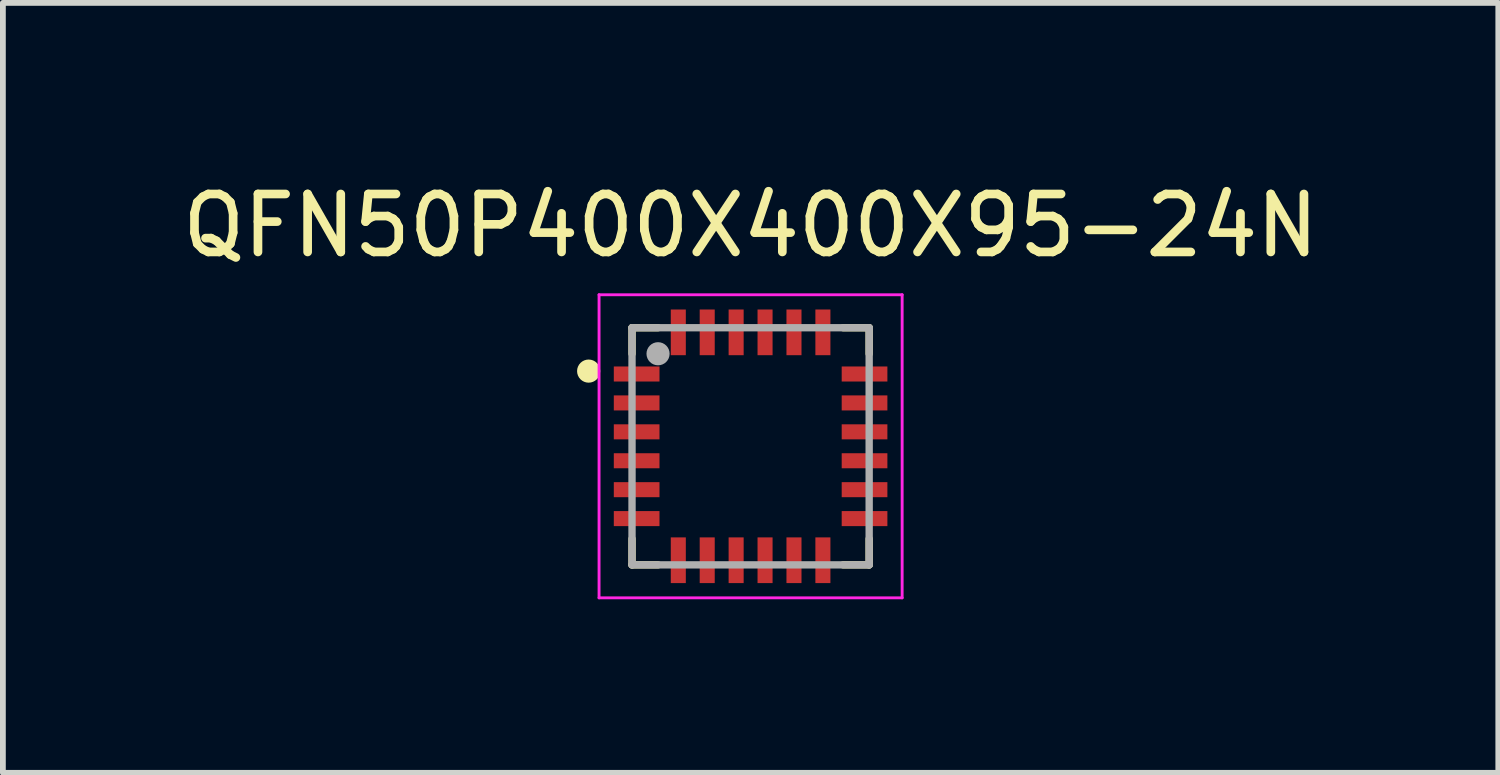
<source format=kicad_pcb>
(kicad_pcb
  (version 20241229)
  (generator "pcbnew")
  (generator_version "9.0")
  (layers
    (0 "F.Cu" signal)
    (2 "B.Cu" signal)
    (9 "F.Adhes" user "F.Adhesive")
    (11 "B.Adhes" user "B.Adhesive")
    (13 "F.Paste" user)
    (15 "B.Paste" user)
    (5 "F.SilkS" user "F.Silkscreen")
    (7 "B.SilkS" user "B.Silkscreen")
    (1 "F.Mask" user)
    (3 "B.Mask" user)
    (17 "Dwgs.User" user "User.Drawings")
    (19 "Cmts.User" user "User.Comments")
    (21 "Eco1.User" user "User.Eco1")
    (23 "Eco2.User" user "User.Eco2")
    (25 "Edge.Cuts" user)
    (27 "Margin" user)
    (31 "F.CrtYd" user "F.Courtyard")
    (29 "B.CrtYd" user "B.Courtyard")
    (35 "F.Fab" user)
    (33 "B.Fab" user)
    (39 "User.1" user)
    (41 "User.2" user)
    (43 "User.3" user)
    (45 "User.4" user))
  (footprint "QFN50P400X400X95-24N"
    (layer "F.Cu")
    (at 9.927 4.666)
    (property "Reference" "QFN50P400X400X95-24N" (at -0.00001 -3.816 0) (layer "F.SilkS") (effects (font (size 1.002 1.002) (thickness 0.15))))
    (attr smd)
    (fp_line (start -2.05 -2.05) (end -2.05 -1.6) (stroke (width 0.127) (type solid)) (layer "F.SilkS"))
    (fp_line (start -2.05 1.6) (end -2.05 2.05) (stroke (width 0.127) (type solid)) (layer "F.SilkS"))
    (fp_line (start -1.6 -2.05) (end -2.05 -2.05) (stroke (width 0.127) (type solid)) (layer "F.SilkS"))
    (fp_line (start -1.6 2.05) (end -2.05 2.05) (stroke (width 0.127) (type solid)) (layer "F.SilkS"))
    (fp_line (start 2.05 -2.05) (end 1.6 -2.05) (stroke (width 0.127) (type solid)) (layer "F.SilkS"))
    (fp_line (start 2.05 -2.05) (end 2.05 -1.6) (stroke (width 0.127) (type solid)) (layer "F.SilkS"))
    (fp_line (start 2.05 1.6) (end 2.05 2.05) (stroke (width 0.127) (type solid)) (layer "F.SilkS"))
    (fp_line (start 2.05 2.05) (end 1.6 2.05) (stroke (width 0.127) (type solid)) (layer "F.SilkS"))
    (fp_circle (center -2.8 -1.3) (end -2.7 -1.3) (stroke (width 0.2) (type solid)) (fill no) (layer "F.SilkS"))
    (fp_line (start -2.62 -2.62) (end 2.62 -2.62) (stroke (width 0.05) (type solid)) (layer "F.CrtYd"))
    (fp_line (start -2.62 2.62) (end -2.62 -2.62) (stroke (width 0.05) (type solid)) (layer "F.CrtYd"))
    (fp_line (start 2.62 -2.62) (end 2.62 2.62) (stroke (width 0.05) (type solid)) (layer "F.CrtYd"))
    (fp_line (start 2.62 2.62) (end -2.62 2.62) (stroke (width 0.05) (type solid)) (layer "F.CrtYd"))
    (fp_line (start -2.05 -2.05) (end 2.05 -2.05) (stroke (width 0.127) (type solid)) (layer "F.Fab"))
    (fp_line (start -2.05 2.05) (end -2.05 -2.05) (stroke (width 0.127) (type solid)) (layer "F.Fab"))
    (fp_line (start 2.05 -2.05) (end 2.05 2.05) (stroke (width 0.127) (type solid)) (layer "F.Fab"))
    (fp_line (start 2.05 2.05) (end -2.05 2.05) (stroke (width 0.127) (type solid)) (layer "F.Fab"))
    (fp_circle (center -1.6 -1.6) (end -1.5 -1.6) (stroke (width 0.2) (type solid)) (fill no) (layer "F.Fab"))
    (pad "1" smd rect (at -1.97 -1.25) (size 0.79 0.26) (layers "F.Cu" "F.Mask" "F.Paste"))
    (pad "2" smd rect (at -1.97 -0.75) (size 0.79 0.26) (layers "F.Cu" "F.Mask" "F.Paste"))
    (pad "3" smd rect (at -1.97 -0.25) (size 0.79 0.26) (layers "F.Cu" "F.Mask" "F.Paste"))
    (pad "4" smd rect (at -1.97 0.25) (size 0.79 0.26) (layers "F.Cu" "F.Mask" "F.Paste"))
    (pad "5" smd rect (at -1.97 0.75) (size 0.79 0.26) (layers "F.Cu" "F.Mask" "F.Paste"))
    (pad "6" smd rect (at -1.97 1.25) (size 0.79 0.26) (layers "F.Cu" "F.Mask" "F.Paste"))
    (pad "7" smd rect (at -1.25 1.97) (size 0.26 0.79) (layers "F.Cu" "F.Mask" "F.Paste"))
    (pad "8" smd rect (at -0.75 1.97) (size 0.26 0.79) (layers "F.Cu" "F.Mask" "F.Paste"))
    (pad "9" smd rect (at -0.25 1.97) (size 0.26 0.79) (layers "F.Cu" "F.Mask" "F.Paste"))
    (pad "10" smd rect (at 0.25 1.97) (size 0.26 0.79) (layers "F.Cu" "F.Mask" "F.Paste"))
    (pad "11" smd rect (at 0.75 1.97) (size 0.26 0.79) (layers "F.Cu" "F.Mask" "F.Paste"))
    (pad "12" smd rect (at 1.25 1.97) (size 0.26 0.79) (layers "F.Cu" "F.Mask" "F.Paste"))
    (pad "13" smd rect (at 1.97 1.25) (size 0.79 0.26) (layers "F.Cu" "F.Mask" "F.Paste"))
    (pad "14" smd rect (at 1.97 0.75) (size 0.79 0.26) (layers "F.Cu" "F.Mask" "F.Paste"))
    (pad "15" smd rect (at 1.97 0.25) (size 0.79 0.26) (layers "F.Cu" "F.Mask" "F.Paste"))
    (pad "16" smd rect (at 1.97 -0.25) (size 0.79 0.26) (layers "F.Cu" "F.Mask" "F.Paste"))
    (pad "17" smd rect (at 1.97 -0.75) (size 0.79 0.26) (layers "F.Cu" "F.Mask" "F.Paste"))
    (pad "18" smd rect (at 1.97 -1.25) (size 0.79 0.26) (layers "F.Cu" "F.Mask" "F.Paste"))
    (pad "19" smd rect (at 1.25 -1.97) (size 0.26 0.79) (layers "F.Cu" "F.Mask" "F.Paste"))
    (pad "20" smd rect (at 0.75 -1.97) (size 0.26 0.79) (layers "F.Cu" "F.Mask" "F.Paste"))
    (pad "21" smd rect (at 0.25 -1.97) (size 0.26 0.79) (layers "F.Cu" "F.Mask" "F.Paste"))
    (pad "22" smd rect (at -0.25 -1.97) (size 0.26 0.79) (layers "F.Cu" "F.Mask" "F.Paste"))
    (pad "23" smd rect (at -0.75 -1.97) (size 0.26 0.79) (layers "F.Cu" "F.Mask" "F.Paste"))
    (pad "24" smd rect (at -1.25 -1.97) (size 0.26 0.79) (layers "F.Cu" "F.Mask" "F.Paste"))
    (zone (net_name "") (layer "F.Cu") (hatch full 0.508) (connect_pads) (min_thickness 0.01) (filled_areas_thickness no) (keepout (tracks not_allowed) (vias not_allowed) (pads not_allowed) (copperpour not_allowed) (footprints allowed)) (placement (enabled no)) (fill) (polygon (pts (xy 8.577 3.366) (xy 11.277 3.366) (xy 11.277 5.966) (xy 8.577 5.966))))
    (zone (net_name "") (layers "F.Cu" "B.Cu") (hatch full 0.508) (connect_pads) (min_thickness 0.01) (filled_areas_thickness no) (keepout (tracks allowed) (vias not_allowed) (pads allowed) (copperpour allowed) (footprints allowed)) (placement (enabled no)) (fill) (polygon (pts (xy 8.577 3.366) (xy 11.277 3.366) (xy 11.277 5.966) (xy 8.577 5.966)))))
  (gr_rect
    (start -3 -3)
    (end 22.854 10.311)
    (stroke (width 0.1) (type default))
    (fill no)
    (layer "Edge.Cuts")))
</source>
